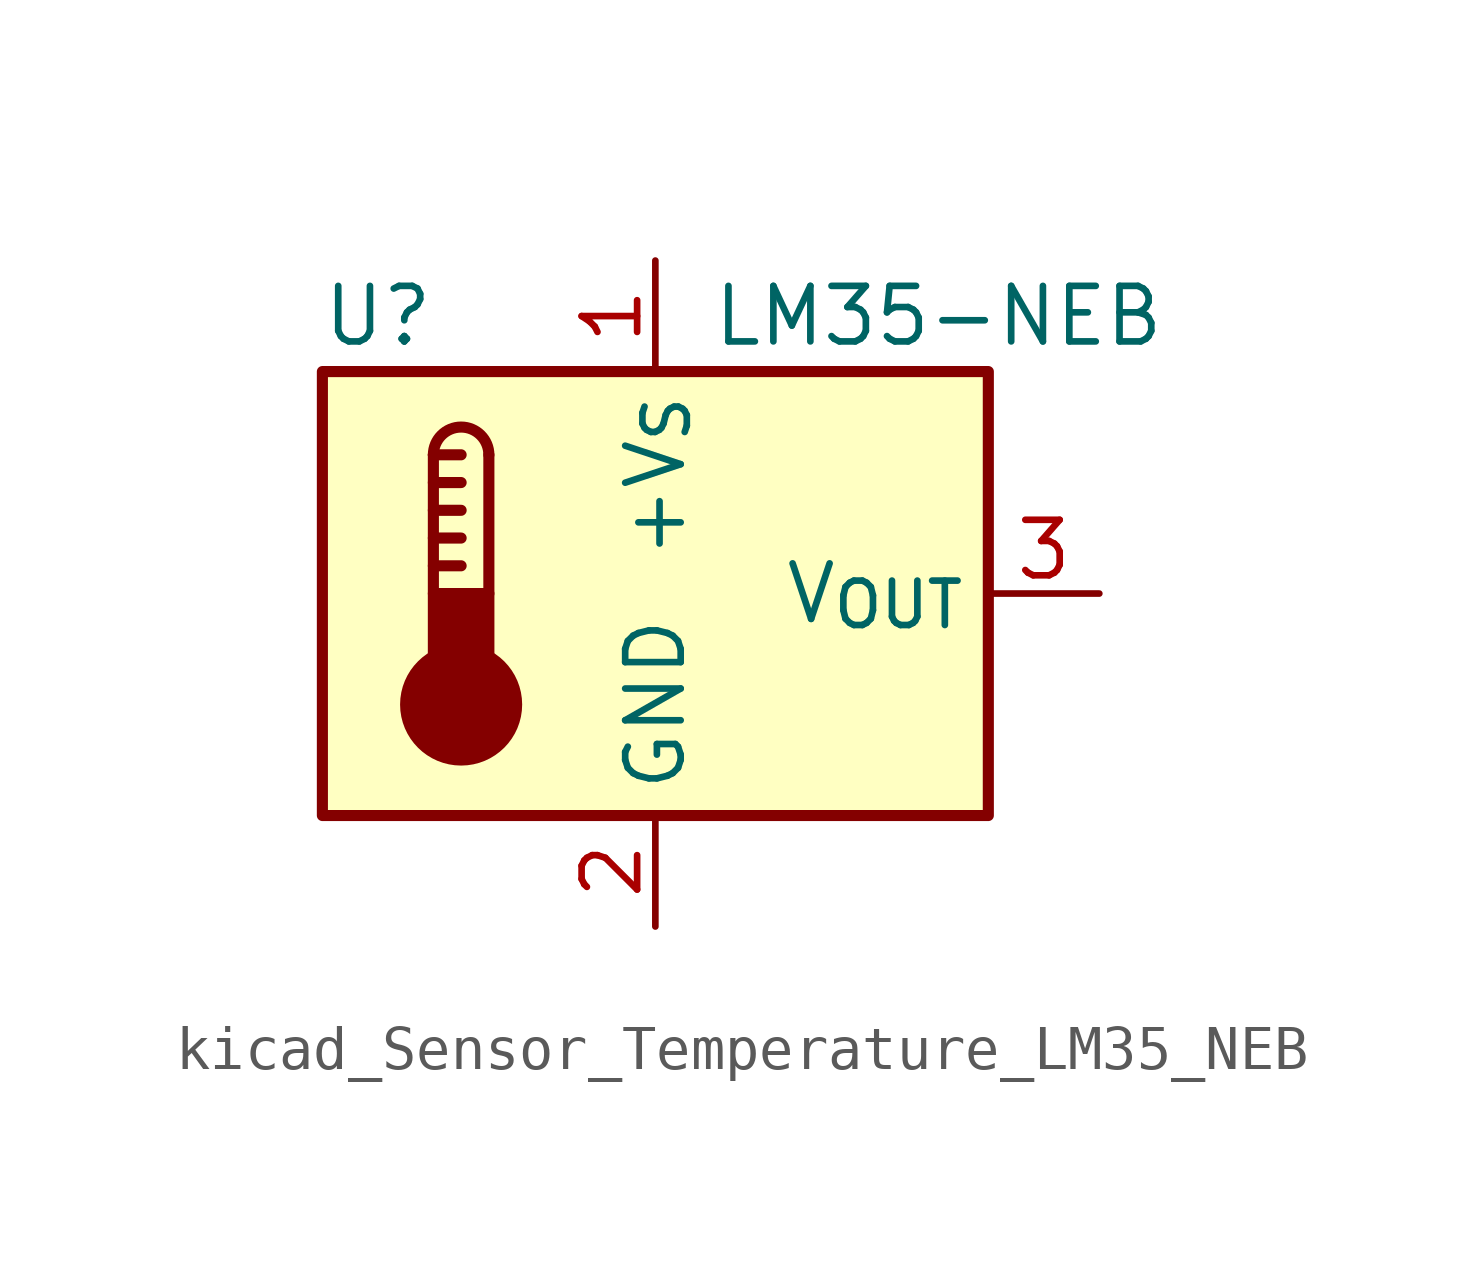
<source format=kicad_sym>
(kicad_symbol_lib
  (version 20220914)
  (generator kicad_symbol_editor)
  (symbol "kicad_Sensor_Temperature_LM35_NEB"
    (property "Reference" "U"
      (at -6.35 6.35 0)
      (effects (font (size 1.27 1.27))))
    (property "Value" "LM35-NEB"
      (at 1.27 6.35 0)
      (effects (font (size 1.27 1.27)) (justify left)))
    (symbol "kicad_Sensor_Temperature_LM35_NEB_0_1"
      (rectangle (start -7.62 5.08) (end 7.62 -5.08) (stroke (width 0.254) (type default)) (fill (type background)))
      (circle (center -4.445 -2.54) (radius 1.27) (stroke (width 0.254) (type default)) (fill (type outline)))
      (rectangle (start -3.81 -1.905) (end -5.08 0) (stroke (width 0.254) (type default)) (fill (type outline)))
      (arc (start -3.81 3.175) (mid -4.445 3.8073) (end -5.08 3.175) (stroke (width 0.254) (type default)) (fill (type none)))
      (polyline (pts (xy -5.08 0.635) (xy -4.445 0.635)) (stroke (width 0.254) (type default)) (fill (type none)))
      (polyline (pts (xy -5.08 1.27) (xy -4.445 1.27)) (stroke (width 0.254) (type default)) (fill (type none)))
      (polyline (pts (xy -5.08 1.905) (xy -4.445 1.905)) (stroke (width 0.254) (type default)) (fill (type none)))
      (polyline (pts (xy -5.08 2.54) (xy -4.445 2.54)) (stroke (width 0.254) (type default)) (fill (type none)))
      (polyline (pts (xy -5.08 3.175) (xy -5.08 0)) (stroke (width 0.254) (type default)) (fill (type none)))
      (polyline (pts (xy -5.08 3.175) (xy -4.445 3.175)) (stroke (width 0.254) (type default)) (fill (type none)))
      (polyline (pts (xy -3.81 3.175) (xy -3.81 0)) (stroke (width 0.254) (type default)) (fill (type none))))
    (symbol "kicad_Sensor_Temperature_LM35_NEB_1_1"
      (pin power_in line (at 0 7.62 270) (length 2.54) (name "+V_{S}" (effects (font (size 1.27 1.27)))) (number "1" (effects (font (size 1.27 1.27)))))
      (pin power_in line (at 0 -7.62 90) (length 2.54) (name "GND" (effects (font (size 1.27 1.27)))) (number "2" (effects (font (size 1.27 1.27)))))
      (pin output line (at 10.16 0 180) (length 2.54) (name "V_{OUT}" (effects (font (size 1.27 1.27)))) (number "3" (effects (font (size 1.27 1.27))))))))
</source>
